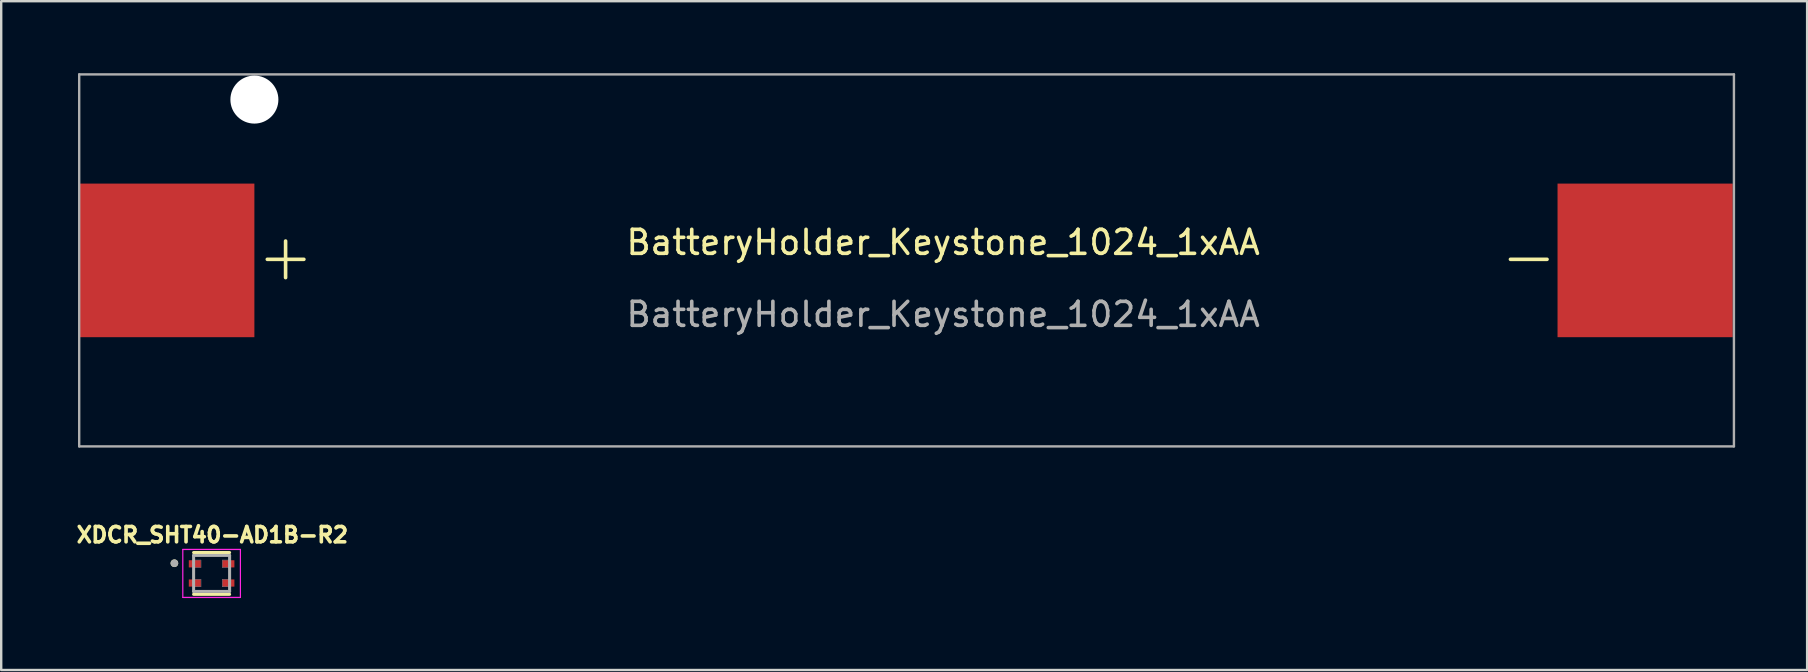
<source format=kicad_pcb>
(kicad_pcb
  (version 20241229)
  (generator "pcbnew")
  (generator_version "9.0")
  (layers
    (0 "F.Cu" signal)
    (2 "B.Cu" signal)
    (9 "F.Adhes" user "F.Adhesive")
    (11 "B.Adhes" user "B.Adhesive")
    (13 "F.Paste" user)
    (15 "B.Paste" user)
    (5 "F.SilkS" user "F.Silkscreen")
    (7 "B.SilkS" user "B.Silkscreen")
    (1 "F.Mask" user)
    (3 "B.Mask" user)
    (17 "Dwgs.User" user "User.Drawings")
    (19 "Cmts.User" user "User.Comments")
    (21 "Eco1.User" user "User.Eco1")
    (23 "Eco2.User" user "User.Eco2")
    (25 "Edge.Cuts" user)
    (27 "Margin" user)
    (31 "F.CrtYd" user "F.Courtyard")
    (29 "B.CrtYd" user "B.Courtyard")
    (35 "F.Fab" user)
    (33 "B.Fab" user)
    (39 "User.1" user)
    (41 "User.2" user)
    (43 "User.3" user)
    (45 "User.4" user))
  (footprint "XDCR_SHT40-AD1B-R2"
    (layer "F.Cu")
    (at 5.767 20.844)
    (property "Reference" "XDCR_SHT40-AD1B-R2" (at 0.032 -1.606 0) (layer "F.SilkS") (effects (font (size 0.64 0.64) (thickness 0.15))))
    (attr through_hole)
    (fp_line (start -0.75 -0.87) (end 0.75 -0.87) (stroke (width 0.127) (type solid)) (layer "F.SilkS"))
    (fp_line (start 0.75 0.87) (end -0.75 0.87) (stroke (width 0.127) (type solid)) (layer "F.SilkS"))
    (fp_circle (center -1.55 -0.425) (end -1.47 -0.425) (stroke (width 0.16) (type solid)) (fill no) (layer "F.SilkS"))
    (fp_poly (pts (xy -0.75 -0.24) (xy -0.44 -0.24) (xy -0.44 -0.56) (xy -0.75 -0.56) (xy -0.75 -0.75) (xy 0.75 -0.75) (xy 0.75 -0.56) (xy 0.44 -0.56) (xy 0.44 -0.24) (xy 0.75 -0.24) (xy 0.75 0.24) (xy 0.44 0.24) (xy 0.44 0.56) (xy 0.75 0.56) (xy 0.75 0.75) (xy -0.75 0.75) (xy -0.75 0.56) (xy -0.44 0.56) (xy -0.44 0.24) (xy -0.75 0.24)) (stroke (width 0.01) (type solid)) (fill no) (layer "Dwgs.User"))
    (fp_line (start -1.2 -1) (end -1.2 1) (stroke (width 0.05) (type solid)) (layer "F.CrtYd"))
    (fp_line (start -1.2 1) (end 1.2 1) (stroke (width 0.05) (type solid)) (layer "F.CrtYd"))
    (fp_line (start 1.2 -1) (end -1.2 -1) (stroke (width 0.05) (type solid)) (layer "F.CrtYd"))
    (fp_line (start 1.2 1) (end 1.2 -1) (stroke (width 0.05) (type solid)) (layer "F.CrtYd"))
    (fp_line (start -0.75 -0.75) (end -0.75 0.75) (stroke (width 0.127) (type solid)) (layer "F.Fab"))
    (fp_line (start -0.75 -0.75) (end 0.75 -0.75) (stroke (width 0.127) (type solid)) (layer "F.Fab"))
    (fp_line (start 0.75 0.75) (end -0.75 0.75) (stroke (width 0.127) (type solid)) (layer "F.Fab"))
    (fp_line (start 0.75 0.75) (end 0.75 -0.75) (stroke (width 0.127) (type solid)) (layer "F.Fab"))
    (fp_circle (center -1.55 -0.425) (end -1.47 -0.425) (stroke (width 0.16) (type solid)) (fill no) (layer "F.Fab"))
    (pad "1" smd rect (at -0.7 -0.4) (size 0.5 0.3) (layers "F.Cu" "F.Mask" "F.Paste"))
    (pad "2" smd rect (at -0.7 0.4) (size 0.5 0.3) (layers "F.Cu" "F.Mask" "F.Paste"))
    (pad "3" smd rect (at 0.7 0.4) (size 0.5 0.3) (layers "F.Cu" "F.Mask" "F.Paste"))
    (pad "4" smd rect (at 0.7 -0.4) (size 0.5 0.3) (layers "F.Cu" "F.Mask" "F.Paste")))
  (footprint "BatteryHolder_Keystone_1024_1xAA"
    (layer "F.Cu")
    (at 0.25 11)
    (property "Reference" "BatteryHolder_Keystone_1024_1xAA" (at 36 -3.95 0) (unlocked yes) (layer "F.SilkS") (effects (font (size 1 1) (thickness 0.15))))
    (attr smd)
    (fp_line (start 0 -10.95) (end 68.95 -10.95) (stroke (width 0.1) (type solid)) (layer "F.Fab"))
    (fp_line (start 0 4.55) (end 0 -10.95) (stroke (width 0.1) (type solid)) (layer "F.Fab"))
    (fp_line (start 0 4.55) (end 68.95 4.55) (stroke (width 0.1) (type solid)) (layer "F.Fab"))
    (fp_line (start 68.95 4.55) (end 68.95 -10.95) (stroke (width 0.1) (type solid)) (layer "F.Fab"))
    (fp_text user "-" (at 60.4 -3.4 0) (unlocked yes) (layer "F.SilkS") (effects (font (size 2 2) (thickness 0.15))))
    (fp_text user "+" (at 8.6 -3.4 0) (unlocked yes) (layer "F.SilkS") (effects (font (size 2 2) (thickness 0.15))))
    (fp_text user "${REFERENCE}" (at 36 -0.95 0) (unlocked yes) (layer "F.Fab") (effects (font (size 1 1) (thickness 0.15))))
    (pad "" np_thru_hole circle (at 7.3 -9.9) (size 2 2) (drill 2) (layers "*.Cu" "*.Mask"))
    (pad "1" smd rect (at 3.65 -3.2) (size 7.3 6.4) (layers "F.Cu" "F.Mask" "F.Paste"))
    (pad "2" smd rect (at 65.25 -3.2) (size 7.3 6.4) (layers "F.Cu" "F.Mask" "F.Paste")))
  (gr_rect
    (start -3 -3)
    (end 72.25 24.869)
    (stroke (width 0.1) (type default))
    (fill no)
    (layer "Edge.Cuts")))
</source>
